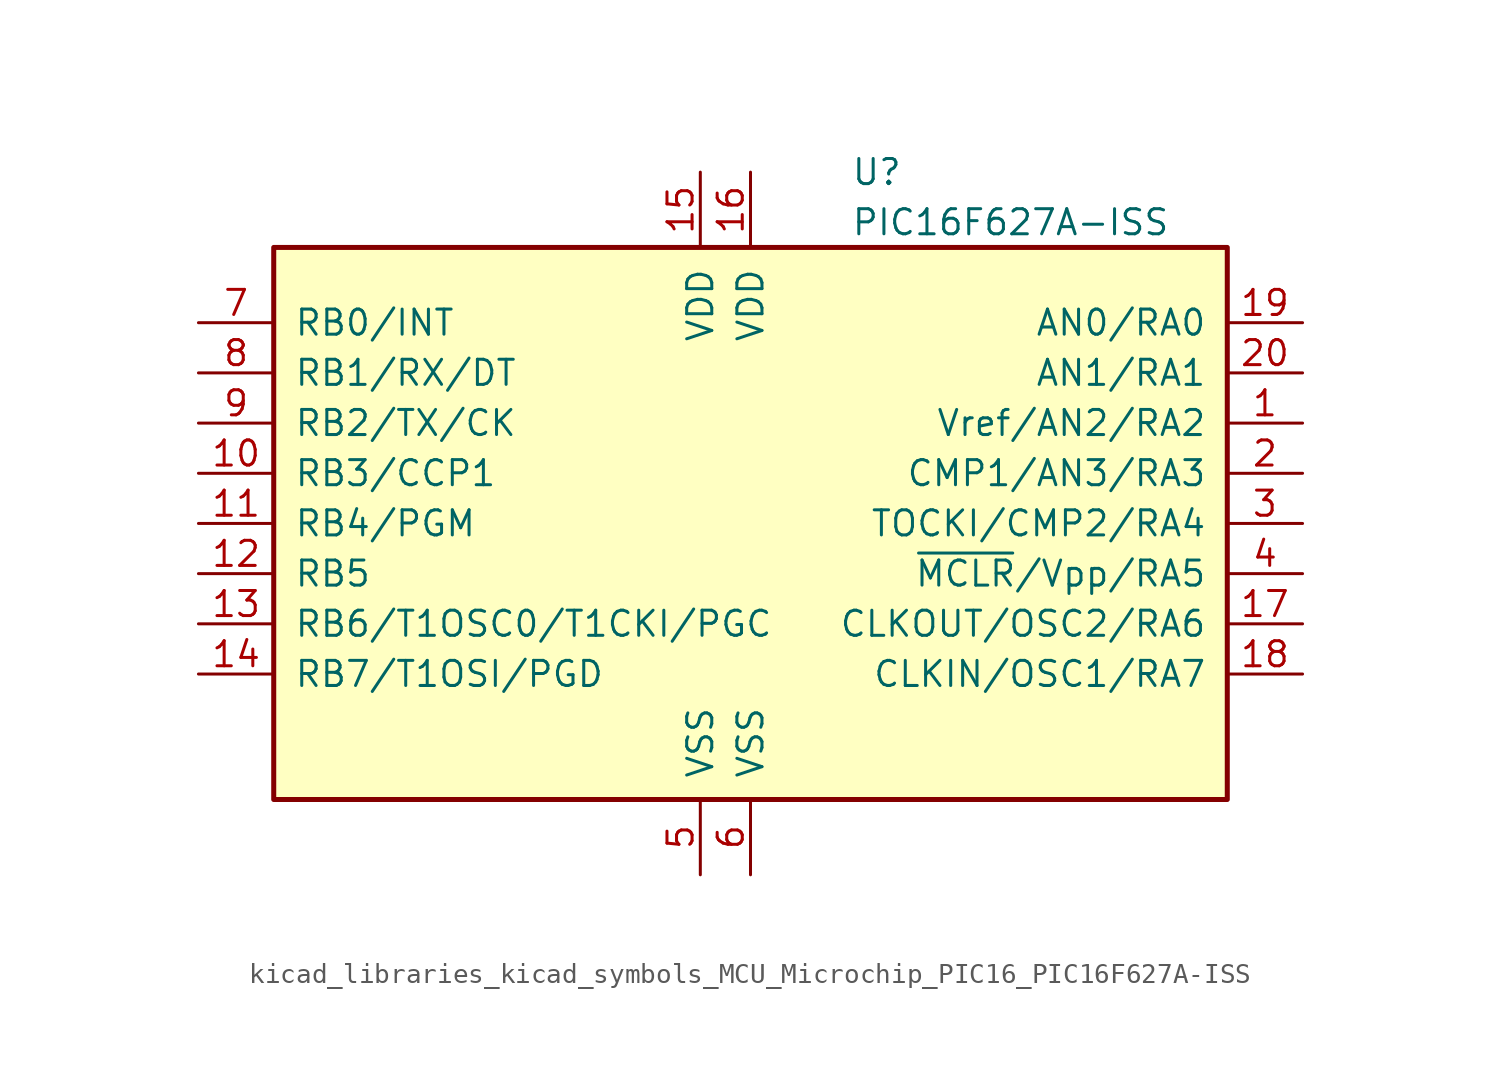
<source format=kicad_sym>
(kicad_symbol_lib
  (version 20220914)
  (generator kicad_symbol_editor)
  (symbol "kicad_libraries_kicad_symbols_MCU_Microchip_PIC16_PIC16F627A-ISS"
    (pin_names
      (offset 1.016))
    (property "Reference" "U"
      (at 5.08 17.78 0)
      (effects (font (size 1.27 1.27)) (justify left)))
    (property "Value" "PIC16F627A-ISS"
      (at 5.08 15.24 0)
      (effects (font (size 1.27 1.27)) (justify left)))
    (symbol "kicad_libraries_kicad_symbols_MCU_Microchip_PIC16_PIC16F627A-ISS_0_1"
      (rectangle (start 24.13 13.97) (end -24.13 -13.97) (stroke (width 0.254) (type default)) (fill (type background))))
    (symbol "kicad_libraries_kicad_symbols_MCU_Microchip_PIC16_PIC16F627A-ISS_1_1"
      (pin bidirectional line (at 27.94 5.08 180) (length 3.81) (name "Vref/AN2/RA2" (effects (font (size 1.27 1.27)))) (number "1" (effects (font (size 1.27 1.27)))))
      (pin bidirectional line (at -27.94 2.54 0) (length 3.81) (name "RB3/CCP1" (effects (font (size 1.27 1.27)))) (number "10" (effects (font (size 1.27 1.27)))))
      (pin bidirectional line (at -27.94 0 0) (length 3.81) (name "RB4/PGM" (effects (font (size 1.27 1.27)))) (number "11" (effects (font (size 1.27 1.27)))))
      (pin bidirectional line (at -27.94 -2.54 0) (length 3.81) (name "RB5" (effects (font (size 1.27 1.27)))) (number "12" (effects (font (size 1.27 1.27)))))
      (pin bidirectional line (at -27.94 -5.08 0) (length 3.81) (name "RB6/T1OSC0/T1CKI/PGC" (effects (font (size 1.27 1.27)))) (number "13" (effects (font (size 1.27 1.27)))))
      (pin bidirectional line (at -27.94 -7.62 0) (length 3.81) (name "RB7/T1OSI/PGD" (effects (font (size 1.27 1.27)))) (number "14" (effects (font (size 1.27 1.27)))))
      (pin power_in line (at -2.54 17.78 270) (length 3.81) (name "VDD" (effects (font (size 1.27 1.27)))) (number "15" (effects (font (size 1.27 1.27)))))
      (pin power_in line (at 0 17.78 270) (length 3.81) (name "VDD" (effects (font (size 1.27 1.27)))) (number "16" (effects (font (size 1.27 1.27)))))
      (pin bidirectional line (at 27.94 -5.08 180) (length 3.81) (name "CLKOUT/OSC2/RA6" (effects (font (size 1.27 1.27)))) (number "17" (effects (font (size 1.27 1.27)))))
      (pin bidirectional line (at 27.94 -7.62 180) (length 3.81) (name "CLKIN/OSC1/RA7" (effects (font (size 1.27 1.27)))) (number "18" (effects (font (size 1.27 1.27)))))
      (pin bidirectional line (at 27.94 10.16 180) (length 3.81) (name "AN0/RA0" (effects (font (size 1.27 1.27)))) (number "19" (effects (font (size 1.27 1.27)))))
      (pin bidirectional line (at 27.94 2.54 180) (length 3.81) (name "CMP1/AN3/RA3" (effects (font (size 1.27 1.27)))) (number "2" (effects (font (size 1.27 1.27)))))
      (pin bidirectional line (at 27.94 7.62 180) (length 3.81) (name "AN1/RA1" (effects (font (size 1.27 1.27)))) (number "20" (effects (font (size 1.27 1.27)))))
      (pin bidirectional line (at 27.94 0 180) (length 3.81) (name "TOCKI/CMP2/RA4" (effects (font (size 1.27 1.27)))) (number "3" (effects (font (size 1.27 1.27)))))
      (pin input line (at 27.94 -2.54 180) (length 3.81) (name "~{MCLR}/Vpp/RA5" (effects (font (size 1.27 1.27)))) (number "4" (effects (font (size 1.27 1.27)))))
      (pin power_in line (at -2.54 -17.78 90) (length 3.81) (name "VSS" (effects (font (size 1.27 1.27)))) (number "5" (effects (font (size 1.27 1.27)))))
      (pin power_in line (at 0 -17.78 90) (length 3.81) (name "VSS" (effects (font (size 1.27 1.27)))) (number "6" (effects (font (size 1.27 1.27)))))
      (pin bidirectional line (at -27.94 10.16 0) (length 3.81) (name "RB0/INT" (effects (font (size 1.27 1.27)))) (number "7" (effects (font (size 1.27 1.27)))))
      (pin bidirectional line (at -27.94 7.62 0) (length 3.81) (name "RB1/RX/DT" (effects (font (size 1.27 1.27)))) (number "8" (effects (font (size 1.27 1.27)))))
      (pin bidirectional line (at -27.94 5.08 0) (length 3.81) (name "RB2/TX/CK" (effects (font (size 1.27 1.27)))) (number "9" (effects (font (size 1.27 1.27))))))))
</source>
